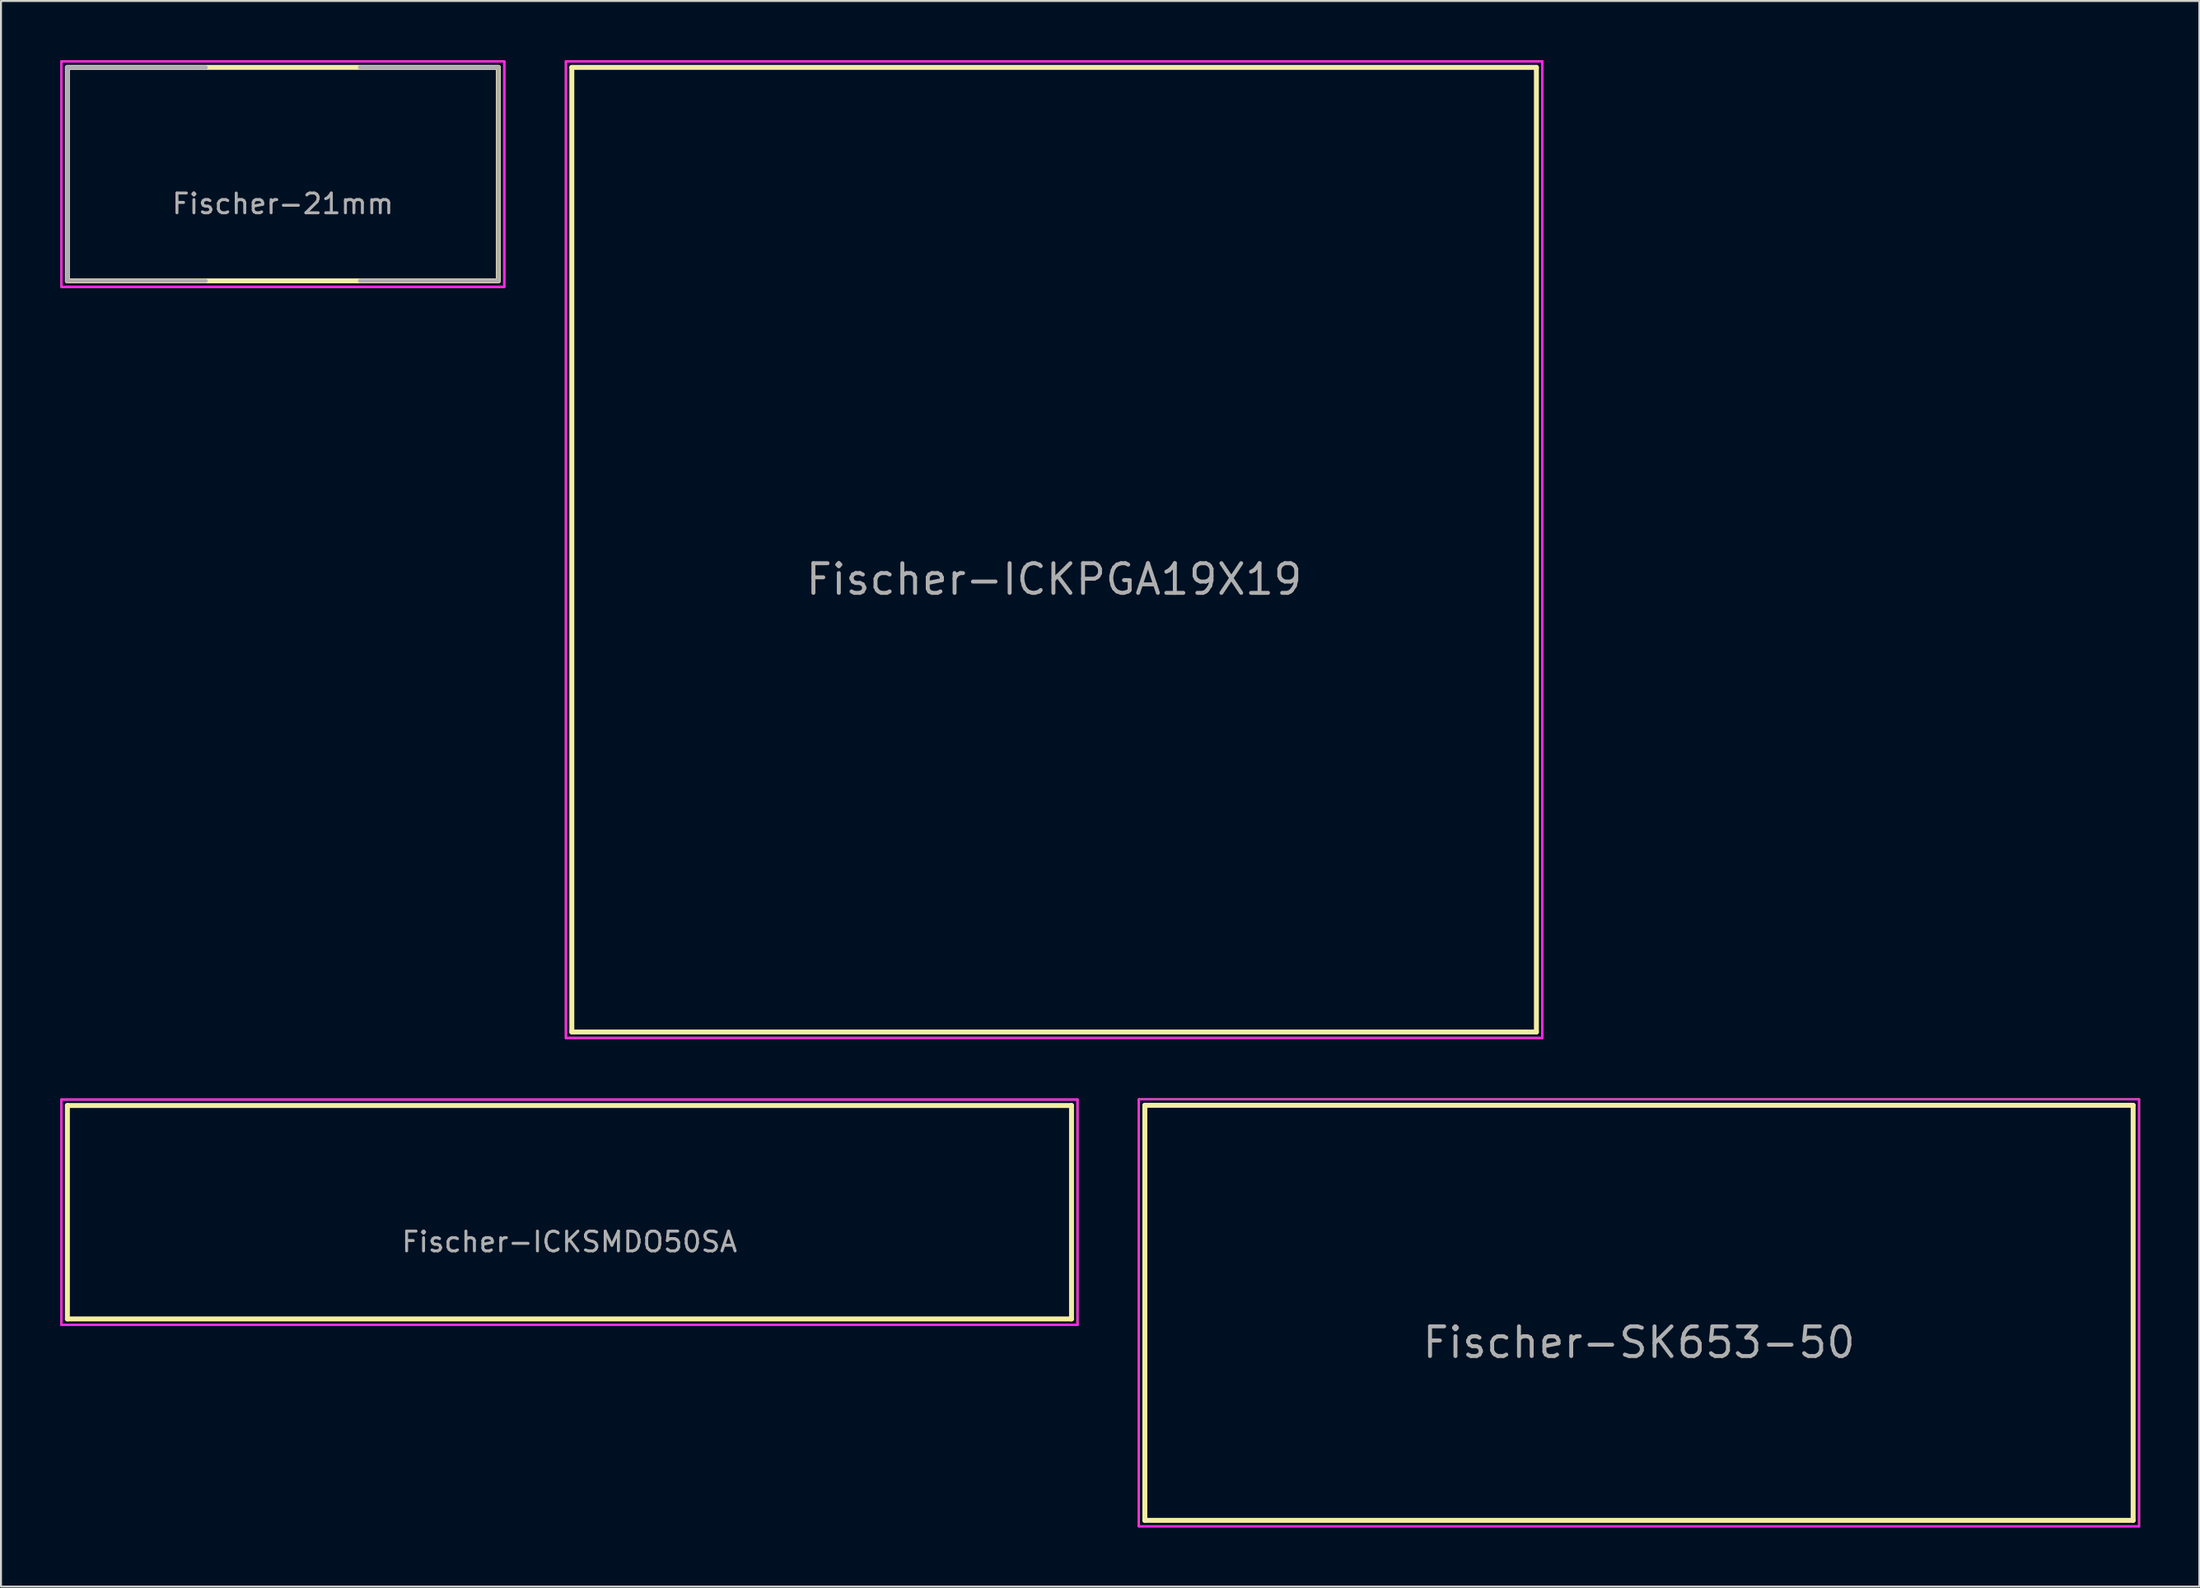
<source format=kicad_pcb>
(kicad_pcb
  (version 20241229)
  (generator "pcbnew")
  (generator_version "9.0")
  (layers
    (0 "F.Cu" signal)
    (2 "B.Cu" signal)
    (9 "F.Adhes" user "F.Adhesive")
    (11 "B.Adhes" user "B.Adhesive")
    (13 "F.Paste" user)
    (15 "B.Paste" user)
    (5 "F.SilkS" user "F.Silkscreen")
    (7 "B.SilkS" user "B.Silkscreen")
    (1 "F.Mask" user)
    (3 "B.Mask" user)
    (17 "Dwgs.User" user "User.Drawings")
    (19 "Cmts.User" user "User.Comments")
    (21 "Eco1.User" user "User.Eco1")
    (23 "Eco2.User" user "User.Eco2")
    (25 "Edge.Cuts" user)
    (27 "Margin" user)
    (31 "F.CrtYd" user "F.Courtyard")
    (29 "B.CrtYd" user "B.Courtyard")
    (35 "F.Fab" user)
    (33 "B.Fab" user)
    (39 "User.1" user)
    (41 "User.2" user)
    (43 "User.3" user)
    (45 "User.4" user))
  (footprint "Fischer-ICKPGA19X19"
    (layer "F.Cu")
    (at 50.28 24.76)
    (property "Reference" "Fischer-ICKPGA19X19" (at 0 1.5 0) (layer "F.Fab") (effects (font (size 1.5 1.5) (thickness 0.2))))
    (attr through_hole)
    (fp_line (start -24.7 -24.7) (end 24.7 -24.7) (stroke (width 0.1) (type solid)) (layer "F.SilkS"))
    (fp_line (start -24.7 24.7) (end -24.7 -24.7) (stroke (width 0.1) (type solid)) (layer "F.SilkS"))
    (fp_line (start -24.7 24.7) (end 24.7 24.7) (stroke (width 0.1) (type solid)) (layer "F.SilkS"))
    (fp_line (start -24.4 -24.4) (end 24.4 -24.4) (stroke (width 0.25) (type solid)) (layer "F.SilkS"))
    (fp_line (start -24.4 24.4) (end -24.4 -24.4) (stroke (width 0.25) (type solid)) (layer "F.SilkS"))
    (fp_line (start -24.4 24.4) (end 24.4 24.4) (stroke (width 0.25) (type solid)) (layer "F.SilkS"))
    (fp_line (start 24.4 24.4) (end 24.4 -24.4) (stroke (width 0.25) (type solid)) (layer "F.SilkS"))
    (fp_line (start 24.7 24.7) (end 24.7 -24.7) (stroke (width 0.1) (type solid)) (layer "F.SilkS"))
    (fp_line (start -24.7 -24.7) (end -24.7 24.7) (stroke (width 0.12) (type solid)) (layer "F.CrtYd"))
    (fp_line (start 24.7 -24.7) (end -24.7 -24.7) (stroke (width 0.12) (type solid)) (layer "F.CrtYd"))
    (fp_line (start 24.7 -24.7) (end 24.7 24.7) (stroke (width 0.12) (type solid)) (layer "F.CrtYd"))
    (fp_line (start 24.7 24.7) (end -24.7 24.7) (stroke (width 0.12) (type solid)) (layer "F.CrtYd")))
  (footprint "Fischer-ICKSMDO50SA"
    (layer "F.Cu")
    (at 25.76 58.28)
    (property "Reference" "Fischer-ICKSMDO50SA" (at 0 1.5 0) (layer "F.Fab") (effects (font (size 1 1) (thickness 0.15))))
    (attr through_hole)
    (fp_line (start -25.7 -5.7) (end 25.7 -5.7) (stroke (width 0.1) (type solid)) (layer "F.SilkS"))
    (fp_line (start -25.7 5.7) (end -25.7 -5.7) (stroke (width 0.1) (type solid)) (layer "F.SilkS"))
    (fp_line (start -25.4 -5.4) (end 25.4 -5.4) (stroke (width 0.25) (type solid)) (layer "F.SilkS"))
    (fp_line (start -25.4 5.4) (end -25.4 -5.4) (stroke (width 0.25) (type solid)) (layer "F.SilkS"))
    (fp_line (start 25.4 -5.4) (end 25.4 5.4) (stroke (width 0.25) (type solid)) (layer "F.SilkS"))
    (fp_line (start 25.4 5.4) (end -25.4 5.4) (stroke (width 0.25) (type solid)) (layer "F.SilkS"))
    (fp_line (start 25.7 -5.7) (end 25.7 5.7) (stroke (width 0.1) (type solid)) (layer "F.SilkS"))
    (fp_line (start 25.7 5.7) (end -25.7 5.7) (stroke (width 0.1) (type solid)) (layer "F.SilkS"))
    (fp_line (start -25.7 -5.7) (end -25.7 5.7) (stroke (width 0.12) (type solid)) (layer "F.CrtYd"))
    (fp_line (start -25.7 5.7) (end 25.7 5.7) (stroke (width 0.12) (type solid)) (layer "F.CrtYd"))
    (fp_line (start 25.7 -5.7) (end -25.7 -5.7) (stroke (width 0.12) (type solid)) (layer "F.CrtYd"))
    (fp_line (start 25.7 5.7) (end 25.7 -5.7) (stroke (width 0.12) (type solid)) (layer "F.CrtYd")))
  (footprint "Fischer-SK653-50"
    (layer "F.Cu")
    (at 79.87 63.37)
    (property "Reference" "Fischer-SK653-50" (at 0 1.5 0) (layer "F.Fab") (effects (font (size 1.5 1.5) (thickness 0.2))))
    (attr through_hole)
    (fp_line (start -25.3 -10.8) (end 25.3 -10.8) (stroke (width 0.1) (type solid)) (layer "F.SilkS"))
    (fp_line (start -25.3 10.8) (end -25.3 -10.8) (stroke (width 0.1) (type solid)) (layer "F.SilkS"))
    (fp_line (start -25.3 10.8) (end 25.3 10.8) (stroke (width 0.1) (type solid)) (layer "F.SilkS"))
    (fp_line (start -25 -10.5) (end 25 -10.5) (stroke (width 0.25) (type solid)) (layer "F.SilkS"))
    (fp_line (start -25 10.5) (end -25 -10.5) (stroke (width 0.25) (type solid)) (layer "F.SilkS"))
    (fp_line (start -25 10.5) (end 25 10.5) (stroke (width 0.25) (type solid)) (layer "F.SilkS"))
    (fp_line (start 25 10.5) (end 25 -10.5) (stroke (width 0.25) (type solid)) (layer "F.SilkS"))
    (fp_line (start 25.3 10.8) (end 25.3 -10.8) (stroke (width 0.1) (type solid)) (layer "F.SilkS"))
    (fp_line (start -25.3 -10.8) (end 25.3 -10.8) (stroke (width 0.1) (type solid)) (layer "F.CrtYd"))
    (fp_line (start -25.3 10.8) (end -25.3 -10.8) (stroke (width 0.1) (type solid)) (layer "F.CrtYd"))
    (fp_line (start -25.3 10.8) (end 25.3 10.8) (stroke (width 0.1) (type solid)) (layer "F.CrtYd"))
    (fp_line (start 25.3 10.8) (end 25.3 -10.8) (stroke (width 0.1) (type solid)) (layer "F.CrtYd")))
  (footprint "Fischer-21mm"
    (layer "F.Cu")
    (at 11.26 5.76)
    (property "Reference" "Fischer-21mm" (at 0 1.5 0) (layer "F.Fab") (effects (font (size 1 1) (thickness 0.15))))
    (attr through_hole)
    (fp_line (start -11.2 -5.7) (end 11.2 -5.7) (stroke (width 0.1) (type solid)) (layer "F.SilkS"))
    (fp_line (start -11.2 5.7) (end -11.2 -5.7) (stroke (width 0.1) (type solid)) (layer "F.SilkS"))
    (fp_line (start -10.9 -5.4) (end 10.9 -5.4) (stroke (width 0.25) (type solid)) (layer "F.SilkS"))
    (fp_line (start -10.9 5.4) (end -10.9 -5.4) (stroke (width 0.25) (type solid)) (layer "F.SilkS"))
    (fp_line (start 10.9 -5.4) (end 10.9 5.4) (stroke (width 0.25) (type solid)) (layer "F.SilkS"))
    (fp_line (start 10.9 5.4) (end -10.9 5.4) (stroke (width 0.25) (type solid)) (layer "F.SilkS"))
    (fp_line (start 11.2 -5.7) (end 11.2 5.7) (stroke (width 0.1) (type solid)) (layer "F.SilkS"))
    (fp_line (start 11.2 5.7) (end -11.2 5.7) (stroke (width 0.1) (type solid)) (layer "F.SilkS"))
    (fp_line (start -11.2 -5.7) (end -11.2 5.7) (stroke (width 0.12) (type solid)) (layer "F.CrtYd"))
    (fp_line (start -11.2 5.7) (end 11.2 5.7) (stroke (width 0.12) (type solid)) (layer "F.CrtYd"))
    (fp_line (start 11.2 -5.7) (end -11.2 -5.7) (stroke (width 0.12) (type solid)) (layer "F.CrtYd"))
    (fp_line (start 11.2 5.7) (end 11.2 -5.7) (stroke (width 0.12) (type solid)) (layer "F.CrtYd"))
    (fp_line (start -10.9 -5.4) (end -10.9 5.4) (stroke (width 0.2) (type solid)) (layer "F.Fab"))
    (fp_line (start -10.9 -5.4) (end -3.9 -5.4) (stroke (width 0.2) (type solid)) (layer "F.Fab"))
    (fp_line (start -10.9 5.4) (end -3.9 5.4) (stroke (width 0.2) (type solid)) (layer "F.Fab"))
    (fp_line (start 3.9 -5.4) (end 10.9 -5.4) (stroke (width 0.2) (type solid)) (layer "F.Fab"))
    (fp_line (start 3.9 5.4) (end 10.9 5.4) (stroke (width 0.2) (type solid)) (layer "F.Fab"))
    (fp_line (start 10.9 -5.4) (end 10.9 5.4) (stroke (width 0.2) (type solid)) (layer "F.Fab")))
  (gr_rect
    (start -3 -3)
    (end 108.22 77.22)
    (stroke (width 0.1) (type default))
    (fill no)
    (layer "Edge.Cuts")))
</source>
